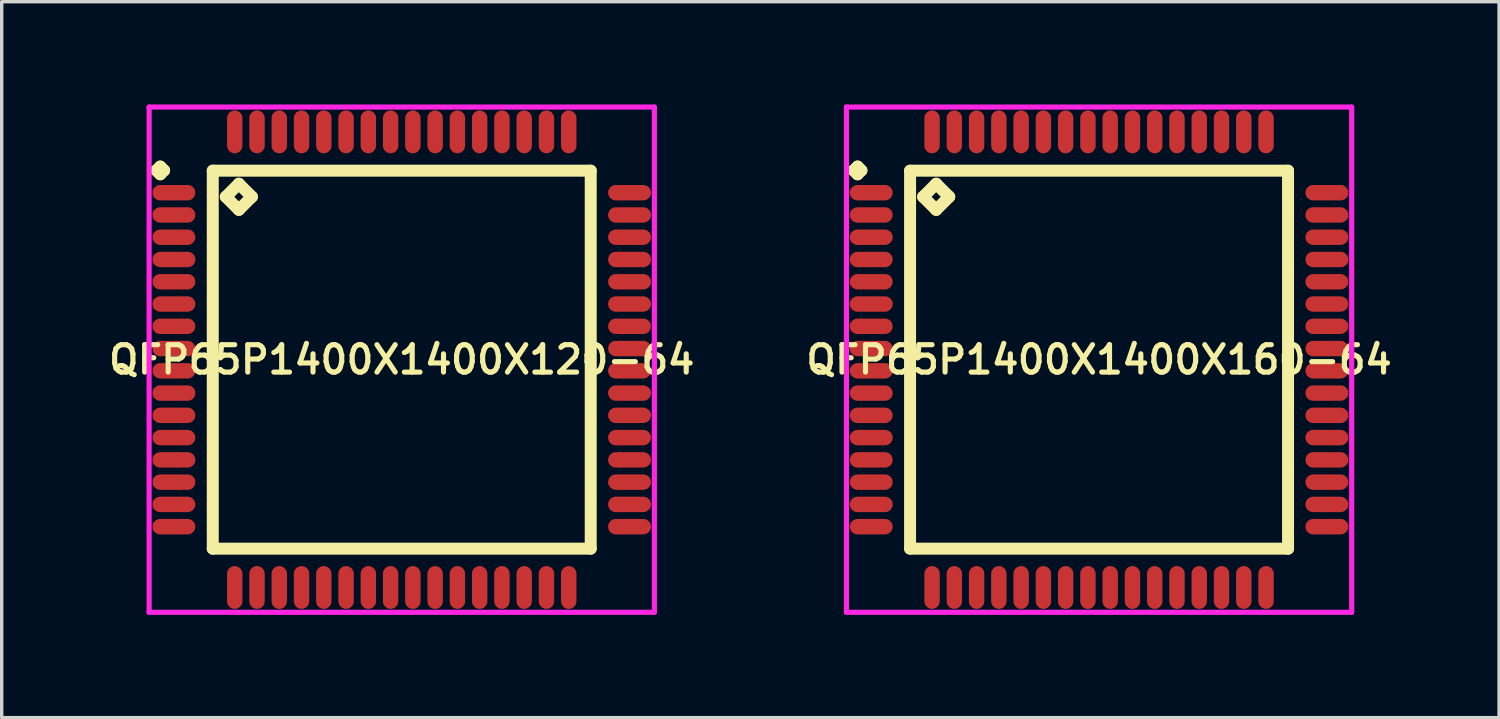
<source format=kicad_pcb>
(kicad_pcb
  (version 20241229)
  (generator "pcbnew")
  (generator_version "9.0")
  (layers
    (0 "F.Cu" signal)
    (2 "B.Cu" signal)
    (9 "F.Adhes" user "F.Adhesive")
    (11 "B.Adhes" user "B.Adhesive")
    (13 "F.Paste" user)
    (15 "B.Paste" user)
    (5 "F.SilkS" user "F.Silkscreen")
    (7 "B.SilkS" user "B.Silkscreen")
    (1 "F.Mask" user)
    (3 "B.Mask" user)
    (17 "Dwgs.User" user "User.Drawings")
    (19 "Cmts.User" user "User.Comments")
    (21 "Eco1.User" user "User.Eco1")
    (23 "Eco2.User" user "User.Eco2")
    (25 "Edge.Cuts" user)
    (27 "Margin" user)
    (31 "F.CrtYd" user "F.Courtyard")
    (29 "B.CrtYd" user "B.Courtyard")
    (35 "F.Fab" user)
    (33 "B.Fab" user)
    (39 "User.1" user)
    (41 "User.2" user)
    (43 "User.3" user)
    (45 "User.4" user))
  (footprint "QFP65P1400X1400X160-64"
    (layer "F.Cu")
    (at 29.035 7.45)
    (property "Reference" "QFP65P1400X1400X160-64" (at 0 0 0) (layer "F.SilkS") (effects (font (size 0.8 0.8) (thickness 0.15))))
    (attr smd)
    (fp_line (start -7.162 -5.525) (end -7.05 -5.638) (stroke (width 0.35) (type solid)) (layer "F.SilkS"))
    (fp_line (start -7.05 -5.638) (end -6.938 -5.525) (stroke (width 0.35) (type solid)) (layer "F.SilkS"))
    (fp_line (start -7.05 -5.412) (end -7.162 -5.525) (stroke (width 0.35) (type solid)) (layer "F.SilkS"))
    (fp_line (start -6.938 -5.525) (end -7.05 -5.412) (stroke (width 0.35) (type solid)) (layer "F.SilkS"))
    (fp_line (start -5.517 -5.517) (end -5.517 5.517) (stroke (width 0.35) (type solid)) (layer "F.SilkS"))
    (fp_line (start -5.517 5.517) (end 5.517 5.517) (stroke (width 0.35) (type solid)) (layer "F.SilkS"))
    (fp_line (start -5.136 -4.755) (end -4.755 -5.136) (stroke (width 0.35) (type solid)) (layer "F.SilkS"))
    (fp_line (start -4.755 -5.136) (end -4.374 -4.755) (stroke (width 0.35) (type solid)) (layer "F.SilkS"))
    (fp_line (start -4.755 -4.374) (end -5.136 -4.755) (stroke (width 0.35) (type solid)) (layer "F.SilkS"))
    (fp_line (start -4.374 -4.755) (end -4.755 -4.374) (stroke (width 0.35) (type solid)) (layer "F.SilkS"))
    (fp_line (start 5.517 -5.517) (end -5.517 -5.517) (stroke (width 0.35) (type solid)) (layer "F.SilkS"))
    (fp_line (start 5.517 5.517) (end 5.517 -5.517) (stroke (width 0.35) (type solid)) (layer "F.SilkS"))
    (fp_line (start -7.375 -7.375) (end 7.375 -7.375) (stroke (width 0.15) (type solid)) (layer "F.CrtYd"))
    (fp_line (start -7.375 7.375) (end -7.375 -7.375) (stroke (width 0.15) (type solid)) (layer "F.CrtYd"))
    (fp_line (start 7.375 -7.375) (end 7.375 7.375) (stroke (width 0.15) (type solid)) (layer "F.CrtYd"))
    (fp_line (start 7.375 7.375) (end -7.375 7.375) (stroke (width 0.15) (type solid)) (layer "F.CrtYd"))
    (pad "1" smd oval (at -6.65 -4.875) (size 1.25 0.45) (layers "F.Cu" "F.Mask" "F.Paste"))
    (pad "2" smd oval (at -6.65 -4.225) (size 1.25 0.45) (layers "F.Cu" "F.Mask" "F.Paste"))
    (pad "3" smd oval (at -6.65 -3.575) (size 1.25 0.45) (layers "F.Cu" "F.Mask" "F.Paste"))
    (pad "4" smd oval (at -6.65 -2.925) (size 1.25 0.45) (layers "F.Cu" "F.Mask" "F.Paste"))
    (pad "5" smd oval (at -6.65 -2.275) (size 1.25 0.45) (layers "F.Cu" "F.Mask" "F.Paste"))
    (pad "6" smd oval (at -6.65 -1.625) (size 1.25 0.45) (layers "F.Cu" "F.Mask" "F.Paste"))
    (pad "7" smd oval (at -6.65 -0.975) (size 1.25 0.45) (layers "F.Cu" "F.Mask" "F.Paste"))
    (pad "8" smd oval (at -6.65 -0.325) (size 1.25 0.45) (layers "F.Cu" "F.Mask" "F.Paste"))
    (pad "9" smd oval (at -6.65 0.325) (size 1.25 0.45) (layers "F.Cu" "F.Mask" "F.Paste"))
    (pad "10" smd oval (at -6.65 0.975) (size 1.25 0.45) (layers "F.Cu" "F.Mask" "F.Paste"))
    (pad "11" smd oval (at -6.65 1.625) (size 1.25 0.45) (layers "F.Cu" "F.Mask" "F.Paste"))
    (pad "12" smd oval (at -6.65 2.275) (size 1.25 0.45) (layers "F.Cu" "F.Mask" "F.Paste"))
    (pad "13" smd oval (at -6.65 2.925) (size 1.25 0.45) (layers "F.Cu" "F.Mask" "F.Paste"))
    (pad "14" smd oval (at -6.65 3.575) (size 1.25 0.45) (layers "F.Cu" "F.Mask" "F.Paste"))
    (pad "15" smd oval (at -6.65 4.225) (size 1.25 0.45) (layers "F.Cu" "F.Mask" "F.Paste"))
    (pad "16" smd oval (at -6.65 4.875) (size 1.25 0.45) (layers "F.Cu" "F.Mask" "F.Paste"))
    (pad "17" smd oval (at -4.875 6.65) (size 0.45 1.25) (layers "F.Cu" "F.Mask" "F.Paste"))
    (pad "18" smd oval (at -4.225 6.65) (size 0.45 1.25) (layers "F.Cu" "F.Mask" "F.Paste"))
    (pad "19" smd oval (at -3.575 6.65) (size 0.45 1.25) (layers "F.Cu" "F.Mask" "F.Paste"))
    (pad "20" smd oval (at -2.925 6.65) (size 0.45 1.25) (layers "F.Cu" "F.Mask" "F.Paste"))
    (pad "21" smd oval (at -2.275 6.65) (size 0.45 1.25) (layers "F.Cu" "F.Mask" "F.Paste"))
    (pad "22" smd oval (at -1.625 6.65) (size 0.45 1.25) (layers "F.Cu" "F.Mask" "F.Paste"))
    (pad "23" smd oval (at -0.975 6.65) (size 0.45 1.25) (layers "F.Cu" "F.Mask" "F.Paste"))
    (pad "24" smd oval (at -0.325 6.65) (size 0.45 1.25) (layers "F.Cu" "F.Mask" "F.Paste"))
    (pad "25" smd oval (at 0.325 6.65) (size 0.45 1.25) (layers "F.Cu" "F.Mask" "F.Paste"))
    (pad "26" smd oval (at 0.975 6.65) (size 0.45 1.25) (layers "F.Cu" "F.Mask" "F.Paste"))
    (pad "27" smd oval (at 1.625 6.65) (size 0.45 1.25) (layers "F.Cu" "F.Mask" "F.Paste"))
    (pad "28" smd oval (at 2.275 6.65) (size 0.45 1.25) (layers "F.Cu" "F.Mask" "F.Paste"))
    (pad "29" smd oval (at 2.925 6.65) (size 0.45 1.25) (layers "F.Cu" "F.Mask" "F.Paste"))
    (pad "30" smd oval (at 3.575 6.65) (size 0.45 1.25) (layers "F.Cu" "F.Mask" "F.Paste"))
    (pad "31" smd oval (at 4.225 6.65) (size 0.45 1.25) (layers "F.Cu" "F.Mask" "F.Paste"))
    (pad "32" smd oval (at 4.875 6.65) (size 0.45 1.25) (layers "F.Cu" "F.Mask" "F.Paste"))
    (pad "33" smd oval (at 6.65 4.875) (size 1.25 0.45) (layers "F.Cu" "F.Mask" "F.Paste"))
    (pad "34" smd oval (at 6.65 4.225) (size 1.25 0.45) (layers "F.Cu" "F.Mask" "F.Paste"))
    (pad "35" smd oval (at 6.65 3.575) (size 1.25 0.45) (layers "F.Cu" "F.Mask" "F.Paste"))
    (pad "36" smd oval (at 6.65 2.925) (size 1.25 0.45) (layers "F.Cu" "F.Mask" "F.Paste"))
    (pad "37" smd oval (at 6.65 2.275) (size 1.25 0.45) (layers "F.Cu" "F.Mask" "F.Paste"))
    (pad "38" smd oval (at 6.65 1.625) (size 1.25 0.45) (layers "F.Cu" "F.Mask" "F.Paste"))
    (pad "39" smd oval (at 6.65 0.975) (size 1.25 0.45) (layers "F.Cu" "F.Mask" "F.Paste"))
    (pad "40" smd oval (at 6.65 0.325) (size 1.25 0.45) (layers "F.Cu" "F.Mask" "F.Paste"))
    (pad "41" smd oval (at 6.65 -0.325) (size 1.25 0.45) (layers "F.Cu" "F.Mask" "F.Paste"))
    (pad "42" smd oval (at 6.65 -0.975) (size 1.25 0.45) (layers "F.Cu" "F.Mask" "F.Paste"))
    (pad "43" smd oval (at 6.65 -1.625) (size 1.25 0.45) (layers "F.Cu" "F.Mask" "F.Paste"))
    (pad "44" smd oval (at 6.65 -2.275) (size 1.25 0.45) (layers "F.Cu" "F.Mask" "F.Paste"))
    (pad "45" smd oval (at 6.65 -2.925) (size 1.25 0.45) (layers "F.Cu" "F.Mask" "F.Paste"))
    (pad "46" smd oval (at 6.65 -3.575) (size 1.25 0.45) (layers "F.Cu" "F.Mask" "F.Paste"))
    (pad "47" smd oval (at 6.65 -4.225) (size 1.25 0.45) (layers "F.Cu" "F.Mask" "F.Paste"))
    (pad "48" smd oval (at 6.65 -4.875) (size 1.25 0.45) (layers "F.Cu" "F.Mask" "F.Paste"))
    (pad "49" smd oval (at 4.875 -6.65) (size 0.45 1.25) (layers "F.Cu" "F.Mask" "F.Paste"))
    (pad "50" smd oval (at 4.225 -6.65) (size 0.45 1.25) (layers "F.Cu" "F.Mask" "F.Paste"))
    (pad "51" smd oval (at 3.575 -6.65) (size 0.45 1.25) (layers "F.Cu" "F.Mask" "F.Paste"))
    (pad "52" smd oval (at 2.925 -6.65) (size 0.45 1.25) (layers "F.Cu" "F.Mask" "F.Paste"))
    (pad "53" smd oval (at 2.275 -6.65) (size 0.45 1.25) (layers "F.Cu" "F.Mask" "F.Paste"))
    (pad "54" smd oval (at 1.625 -6.65) (size 0.45 1.25) (layers "F.Cu" "F.Mask" "F.Paste"))
    (pad "55" smd oval (at 0.975 -6.65) (size 0.45 1.25) (layers "F.Cu" "F.Mask" "F.Paste"))
    (pad "56" smd oval (at 0.325 -6.65) (size 0.45 1.25) (layers "F.Cu" "F.Mask" "F.Paste"))
    (pad "57" smd oval (at -0.325 -6.65) (size 0.45 1.25) (layers "F.Cu" "F.Mask" "F.Paste"))
    (pad "58" smd oval (at -0.975 -6.65) (size 0.45 1.25) (layers "F.Cu" "F.Mask" "F.Paste"))
    (pad "59" smd oval (at -1.625 -6.65) (size 0.45 1.25) (layers "F.Cu" "F.Mask" "F.Paste"))
    (pad "60" smd oval (at -2.275 -6.65) (size 0.45 1.25) (layers "F.Cu" "F.Mask" "F.Paste"))
    (pad "61" smd oval (at -2.925 -6.65) (size 0.45 1.25) (layers "F.Cu" "F.Mask" "F.Paste"))
    (pad "62" smd oval (at -3.575 -6.65) (size 0.45 1.25) (layers "F.Cu" "F.Mask" "F.Paste"))
    (pad "63" smd oval (at -4.225 -6.65) (size 0.45 1.25) (layers "F.Cu" "F.Mask" "F.Paste"))
    (pad "64" smd oval (at -4.875 -6.65) (size 0.45 1.25) (layers "F.Cu" "F.Mask" "F.Paste")))
  (footprint "QFP65P1400X1400X120-64"
    (layer "F.Cu")
    (at 8.678 7.45)
    (property "Reference" "QFP65P1400X1400X120-64" (at 0 0 0) (layer "F.SilkS") (effects (font (size 0.8 0.8) (thickness 0.15))))
    (attr smd)
    (fp_line (start -7.162 -5.525) (end -7.05 -5.638) (stroke (width 0.35) (type solid)) (layer "F.SilkS"))
    (fp_line (start -7.05 -5.638) (end -6.938 -5.525) (stroke (width 0.35) (type solid)) (layer "F.SilkS"))
    (fp_line (start -7.05 -5.412) (end -7.162 -5.525) (stroke (width 0.35) (type solid)) (layer "F.SilkS"))
    (fp_line (start -6.938 -5.525) (end -7.05 -5.412) (stroke (width 0.35) (type solid)) (layer "F.SilkS"))
    (fp_line (start -5.517 -5.517) (end -5.517 5.517) (stroke (width 0.35) (type solid)) (layer "F.SilkS"))
    (fp_line (start -5.517 5.517) (end 5.517 5.517) (stroke (width 0.35) (type solid)) (layer "F.SilkS"))
    (fp_line (start -5.136 -4.755) (end -4.755 -5.136) (stroke (width 0.35) (type solid)) (layer "F.SilkS"))
    (fp_line (start -4.755 -5.136) (end -4.374 -4.755) (stroke (width 0.35) (type solid)) (layer "F.SilkS"))
    (fp_line (start -4.755 -4.374) (end -5.136 -4.755) (stroke (width 0.35) (type solid)) (layer "F.SilkS"))
    (fp_line (start -4.374 -4.755) (end -4.755 -4.374) (stroke (width 0.35) (type solid)) (layer "F.SilkS"))
    (fp_line (start 5.517 -5.517) (end -5.517 -5.517) (stroke (width 0.35) (type solid)) (layer "F.SilkS"))
    (fp_line (start 5.517 5.517) (end 5.517 -5.517) (stroke (width 0.35) (type solid)) (layer "F.SilkS"))
    (fp_line (start -7.375 -7.375) (end 7.375 -7.375) (stroke (width 0.15) (type solid)) (layer "F.CrtYd"))
    (fp_line (start -7.375 7.375) (end -7.375 -7.375) (stroke (width 0.15) (type solid)) (layer "F.CrtYd"))
    (fp_line (start 7.375 -7.375) (end 7.375 7.375) (stroke (width 0.15) (type solid)) (layer "F.CrtYd"))
    (fp_line (start 7.375 7.375) (end -7.375 7.375) (stroke (width 0.15) (type solid)) (layer "F.CrtYd"))
    (pad "1" smd oval (at -6.65 -4.875) (size 1.25 0.45) (layers "F.Cu" "F.Mask" "F.Paste"))
    (pad "2" smd oval (at -6.65 -4.225) (size 1.25 0.45) (layers "F.Cu" "F.Mask" "F.Paste"))
    (pad "3" smd oval (at -6.65 -3.575) (size 1.25 0.45) (layers "F.Cu" "F.Mask" "F.Paste"))
    (pad "4" smd oval (at -6.65 -2.925) (size 1.25 0.45) (layers "F.Cu" "F.Mask" "F.Paste"))
    (pad "5" smd oval (at -6.65 -2.275) (size 1.25 0.45) (layers "F.Cu" "F.Mask" "F.Paste"))
    (pad "6" smd oval (at -6.65 -1.625) (size 1.25 0.45) (layers "F.Cu" "F.Mask" "F.Paste"))
    (pad "7" smd oval (at -6.65 -0.975) (size 1.25 0.45) (layers "F.Cu" "F.Mask" "F.Paste"))
    (pad "8" smd oval (at -6.65 -0.325) (size 1.25 0.45) (layers "F.Cu" "F.Mask" "F.Paste"))
    (pad "9" smd oval (at -6.65 0.325) (size 1.25 0.45) (layers "F.Cu" "F.Mask" "F.Paste"))
    (pad "10" smd oval (at -6.65 0.975) (size 1.25 0.45) (layers "F.Cu" "F.Mask" "F.Paste"))
    (pad "11" smd oval (at -6.65 1.625) (size 1.25 0.45) (layers "F.Cu" "F.Mask" "F.Paste"))
    (pad "12" smd oval (at -6.65 2.275) (size 1.25 0.45) (layers "F.Cu" "F.Mask" "F.Paste"))
    (pad "13" smd oval (at -6.65 2.925) (size 1.25 0.45) (layers "F.Cu" "F.Mask" "F.Paste"))
    (pad "14" smd oval (at -6.65 3.575) (size 1.25 0.45) (layers "F.Cu" "F.Mask" "F.Paste"))
    (pad "15" smd oval (at -6.65 4.225) (size 1.25 0.45) (layers "F.Cu" "F.Mask" "F.Paste"))
    (pad "16" smd oval (at -6.65 4.875) (size 1.25 0.45) (layers "F.Cu" "F.Mask" "F.Paste"))
    (pad "17" smd oval (at -4.875 6.65) (size 0.45 1.25) (layers "F.Cu" "F.Mask" "F.Paste"))
    (pad "18" smd oval (at -4.225 6.65) (size 0.45 1.25) (layers "F.Cu" "F.Mask" "F.Paste"))
    (pad "19" smd oval (at -3.575 6.65) (size 0.45 1.25) (layers "F.Cu" "F.Mask" "F.Paste"))
    (pad "20" smd oval (at -2.925 6.65) (size 0.45 1.25) (layers "F.Cu" "F.Mask" "F.Paste"))
    (pad "21" smd oval (at -2.275 6.65) (size 0.45 1.25) (layers "F.Cu" "F.Mask" "F.Paste"))
    (pad "22" smd oval (at -1.625 6.65) (size 0.45 1.25) (layers "F.Cu" "F.Mask" "F.Paste"))
    (pad "23" smd oval (at -0.975 6.65) (size 0.45 1.25) (layers "F.Cu" "F.Mask" "F.Paste"))
    (pad "24" smd oval (at -0.325 6.65) (size 0.45 1.25) (layers "F.Cu" "F.Mask" "F.Paste"))
    (pad "25" smd oval (at 0.325 6.65) (size 0.45 1.25) (layers "F.Cu" "F.Mask" "F.Paste"))
    (pad "26" smd oval (at 0.975 6.65) (size 0.45 1.25) (layers "F.Cu" "F.Mask" "F.Paste"))
    (pad "27" smd oval (at 1.625 6.65) (size 0.45 1.25) (layers "F.Cu" "F.Mask" "F.Paste"))
    (pad "28" smd oval (at 2.275 6.65) (size 0.45 1.25) (layers "F.Cu" "F.Mask" "F.Paste"))
    (pad "29" smd oval (at 2.925 6.65) (size 0.45 1.25) (layers "F.Cu" "F.Mask" "F.Paste"))
    (pad "30" smd oval (at 3.575 6.65) (size 0.45 1.25) (layers "F.Cu" "F.Mask" "F.Paste"))
    (pad "31" smd oval (at 4.225 6.65) (size 0.45 1.25) (layers "F.Cu" "F.Mask" "F.Paste"))
    (pad "32" smd oval (at 4.875 6.65) (size 0.45 1.25) (layers "F.Cu" "F.Mask" "F.Paste"))
    (pad "33" smd oval (at 6.65 4.875) (size 1.25 0.45) (layers "F.Cu" "F.Mask" "F.Paste"))
    (pad "34" smd oval (at 6.65 4.225) (size 1.25 0.45) (layers "F.Cu" "F.Mask" "F.Paste"))
    (pad "35" smd oval (at 6.65 3.575) (size 1.25 0.45) (layers "F.Cu" "F.Mask" "F.Paste"))
    (pad "36" smd oval (at 6.65 2.925) (size 1.25 0.45) (layers "F.Cu" "F.Mask" "F.Paste"))
    (pad "37" smd oval (at 6.65 2.275) (size 1.25 0.45) (layers "F.Cu" "F.Mask" "F.Paste"))
    (pad "38" smd oval (at 6.65 1.625) (size 1.25 0.45) (layers "F.Cu" "F.Mask" "F.Paste"))
    (pad "39" smd oval (at 6.65 0.975) (size 1.25 0.45) (layers "F.Cu" "F.Mask" "F.Paste"))
    (pad "40" smd oval (at 6.65 0.325) (size 1.25 0.45) (layers "F.Cu" "F.Mask" "F.Paste"))
    (pad "41" smd oval (at 6.65 -0.325) (size 1.25 0.45) (layers "F.Cu" "F.Mask" "F.Paste"))
    (pad "42" smd oval (at 6.65 -0.975) (size 1.25 0.45) (layers "F.Cu" "F.Mask" "F.Paste"))
    (pad "43" smd oval (at 6.65 -1.625) (size 1.25 0.45) (layers "F.Cu" "F.Mask" "F.Paste"))
    (pad "44" smd oval (at 6.65 -2.275) (size 1.25 0.45) (layers "F.Cu" "F.Mask" "F.Paste"))
    (pad "45" smd oval (at 6.65 -2.925) (size 1.25 0.45) (layers "F.Cu" "F.Mask" "F.Paste"))
    (pad "46" smd oval (at 6.65 -3.575) (size 1.25 0.45) (layers "F.Cu" "F.Mask" "F.Paste"))
    (pad "47" smd oval (at 6.65 -4.225) (size 1.25 0.45) (layers "F.Cu" "F.Mask" "F.Paste"))
    (pad "48" smd oval (at 6.65 -4.875) (size 1.25 0.45) (layers "F.Cu" "F.Mask" "F.Paste"))
    (pad "49" smd oval (at 4.875 -6.65) (size 0.45 1.25) (layers "F.Cu" "F.Mask" "F.Paste"))
    (pad "50" smd oval (at 4.225 -6.65) (size 0.45 1.25) (layers "F.Cu" "F.Mask" "F.Paste"))
    (pad "51" smd oval (at 3.575 -6.65) (size 0.45 1.25) (layers "F.Cu" "F.Mask" "F.Paste"))
    (pad "52" smd oval (at 2.925 -6.65) (size 0.45 1.25) (layers "F.Cu" "F.Mask" "F.Paste"))
    (pad "53" smd oval (at 2.275 -6.65) (size 0.45 1.25) (layers "F.Cu" "F.Mask" "F.Paste"))
    (pad "54" smd oval (at 1.625 -6.65) (size 0.45 1.25) (layers "F.Cu" "F.Mask" "F.Paste"))
    (pad "55" smd oval (at 0.975 -6.65) (size 0.45 1.25) (layers "F.Cu" "F.Mask" "F.Paste"))
    (pad "56" smd oval (at 0.325 -6.65) (size 0.45 1.25) (layers "F.Cu" "F.Mask" "F.Paste"))
    (pad "57" smd oval (at -0.325 -6.65) (size 0.45 1.25) (layers "F.Cu" "F.Mask" "F.Paste"))
    (pad "58" smd oval (at -0.975 -6.65) (size 0.45 1.25) (layers "F.Cu" "F.Mask" "F.Paste"))
    (pad "59" smd oval (at -1.625 -6.65) (size 0.45 1.25) (layers "F.Cu" "F.Mask" "F.Paste"))
    (pad "60" smd oval (at -2.275 -6.65) (size 0.45 1.25) (layers "F.Cu" "F.Mask" "F.Paste"))
    (pad "61" smd oval (at -2.925 -6.65) (size 0.45 1.25) (layers "F.Cu" "F.Mask" "F.Paste"))
    (pad "62" smd oval (at -3.575 -6.65) (size 0.45 1.25) (layers "F.Cu" "F.Mask" "F.Paste"))
    (pad "63" smd oval (at -4.225 -6.65) (size 0.45 1.25) (layers "F.Cu" "F.Mask" "F.Paste"))
    (pad "64" smd oval (at -4.875 -6.65) (size 0.45 1.25) (layers "F.Cu" "F.Mask" "F.Paste")))
  (gr_rect
    (start -3 -3)
    (end 40.713 17.9)
    (stroke (width 0.1) (type default))
    (fill no)
    (layer "Edge.Cuts")))
</source>
